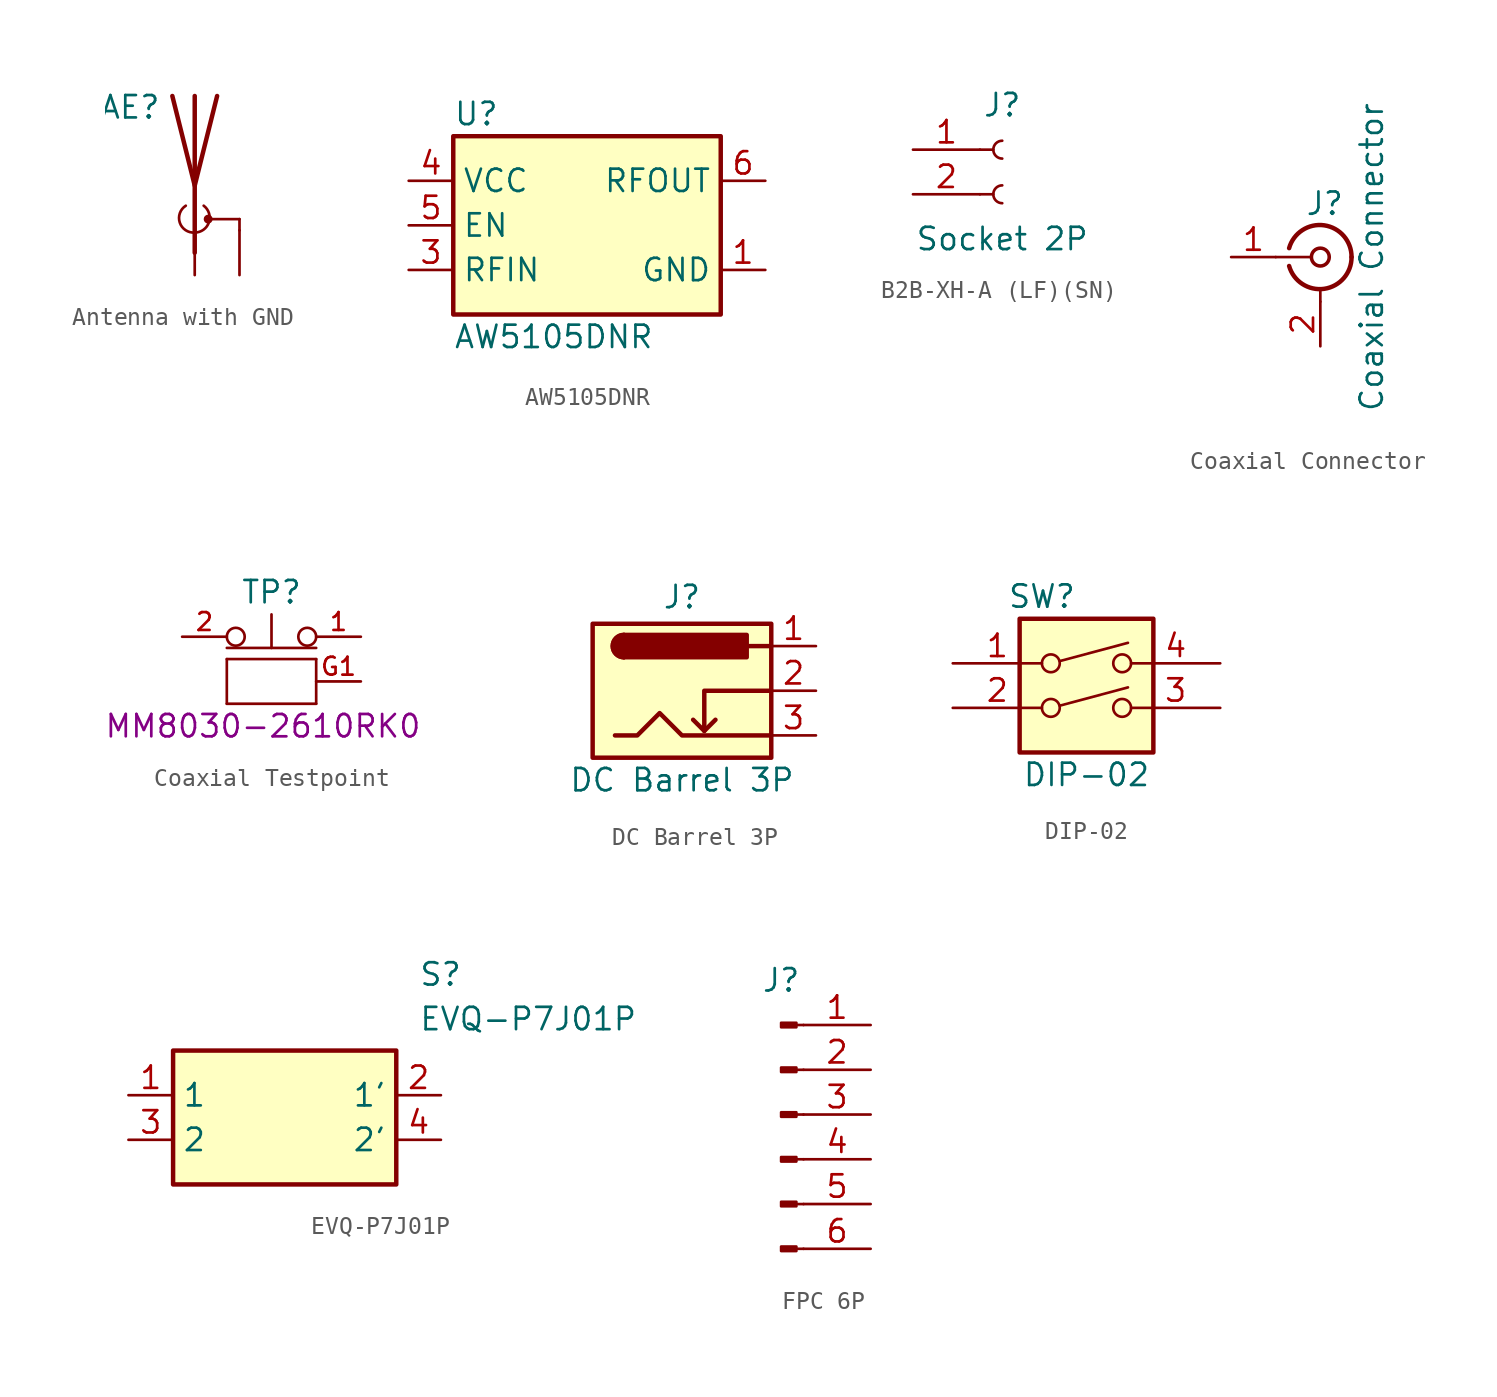
<source format=kicad_sym>
(kicad_symbol_lib
  (version 20231120)
  (generator "kicad_symbol_editor")
  (generator_version "8.0")
  (symbol "Antenna with GND"
    (pin_numbers hide)
    (pin_names
      (offset 1.016) hide)
    (property "Reference" "AE"
      (at -1.905 4.445 0)
      (effects (font (size 1.27 1.27)) (justify right)))
    (symbol "Antenna with GND_0_1"
      (arc (start -0.508 -1.143) (mid -0.8429 -2.1194) (end 0 -2.667) (stroke (width 0) (type default)) (fill (type none)))
      (arc (start 0 -2.667) (mid 0.7989 -2.1052) (end 0.508 -1.143) (stroke (width 0) (type default)) (fill (type none)))
      (polyline (pts (xy 0 -2.54) (xy 0 0)) (stroke (width 0) (type default)) (fill (type none)))
      (polyline (pts (xy 0 5.08) (xy 0 -3.81)) (stroke (width 0.254) (type default)) (fill (type none)))
      (polyline (pts (xy 0.762 -1.905) (xy 2.54 -1.905)) (stroke (width 0) (type default)) (fill (type none)))
      (polyline (pts (xy 2.54 -2.54) (xy 2.54 -1.905)) (stroke (width 0) (type default)) (fill (type none)))
      (polyline (pts (xy 1.27 5.08) (xy 0 0) (xy -1.27 5.08)) (stroke (width 0.254) (type default)) (fill (type none)))
      (circle (center 0.762 -1.905) (radius 0.178) (stroke (width 0) (type default)) (fill (type outline))))
    (symbol "Antenna with GND_1_1"
      (pin input line (at 0 -5.08 90) (length 2.54) (name "A" (effects (font (size 1.27 1.27)))) (number "1" (effects (font (size 1.27 1.27)))))
      (pin input line (at 2.54 -5.08 90) (length 2.54) (name "Shield" (effects (font (size 1.27 1.27)))) (number "2" (effects (font (size 1.27 1.27)))))))
  (symbol "AW5105DNR"
    (property "Reference" "U"
      (at -7.62 6.35 0)
      (do_not_autoplace)
      (effects (font (size 1.27 1.27)) (justify left)))
    (property "Value" "AW5105DNR"
      (at -7.62 -6.35 0)
      (do_not_autoplace)
      (effects (font (size 1.27 1.27)) (justify left)))
    (symbol "AW5105DNR_1_1"
      (rectangle (start -7.62 5.08) (end 7.62 -5.08) (stroke (width 0.254) (type default)) (fill (type background)))
      (pin passive line (at 10.16 -2.54 180) (length 2.54) (name "GND" (effects (font (size 1.27 1.27)))) (number "1" (effects (font (size 1.27 1.27)))))
      (pin passive line (at 10.16 -2.54 180) (length 2.54) hide (name "GND" (effects (font (size 1.27 1.27)))) (number "2" (effects (font (size 1.27 1.27)))))
      (pin input line (at -10.16 -2.54 0) (length 2.54) (name "RFIN" (effects (font (size 1.27 1.27)))) (number "3" (effects (font (size 1.27 1.27)))))
      (pin power_in line (at -10.16 2.54 0) (length 2.54) (name "VCC" (effects (font (size 1.27 1.27)))) (number "4" (effects (font (size 1.27 1.27)))))
      (pin input line (at -10.16 0 0) (length 2.54) (name "EN" (effects (font (size 1.27 1.27)))) (number "5" (effects (font (size 1.27 1.27)))))
      (pin output line (at 10.16 2.54 180) (length 2.54) (name "RFOUT" (effects (font (size 1.27 1.27)))) (number "6" (effects (font (size 1.27 1.27)))))))
  (symbol "B2B-XH-A (LF)(SN)"
    (pin_names
      (offset 1.016) hide)
    (property "Reference" "J"
      (at 0 2.54 0)
      (effects (font (size 1.27 1.27))))
    (property "Value" "Socket 2P"
      (at 0 -5.08 0)
      (effects (font (size 1.27 1.27))))
    (symbol "B2B-XH-A (LF)(SN)_1_1"
      (arc (start 0 -2.032) (mid -0.5058 -2.54) (end 0 -3.048) (stroke (width 0.1524) (type default)) (fill (type none)))
      (polyline (pts (xy -1.27 -2.54) (xy -0.508 -2.54)) (stroke (width 0.152) (type default)) (fill (type none)))
      (polyline (pts (xy -1.27 0) (xy -0.508 0)) (stroke (width 0.152) (type default)) (fill (type none)))
      (arc (start 0 0.508) (mid -0.5058 0) (end 0 -0.508) (stroke (width 0.1524) (type default)) (fill (type none)))
      (pin passive line (at -5.08 0 0) (length 3.81) (name "Pin_1" (effects (font (size 1.27 1.27)))) (number "1" (effects (font (size 1.27 1.27)))))
      (pin passive line (at -5.08 -2.54 0) (length 3.81) (name "Pin_2" (effects (font (size 1.27 1.27)))) (number "2" (effects (font (size 1.27 1.27)))))))
  (symbol "Coaxial Connector"
    (pin_names
      (offset 1.016) hide)
    (property "Reference" "J"
      (at 0.254 3.048 0)
      (effects (font (size 1.27 1.27))))
    (property "Value" "Coaxial Connector"
      (at 2.921 0 90)
      (effects (font (size 1.27 1.27))))
    (symbol "Coaxial Connector_0_1"
      (arc (start -1.778 -0.508) (mid 0.2311 -1.8066) (end 1.778 0) (stroke (width 0.254) (type default)) (fill (type none)))
      (polyline (pts (xy -2.54 0) (xy -0.508 0)) (stroke (width 0) (type default)) (fill (type none)))
      (polyline (pts (xy 0 -2.54) (xy 0 -1.778)) (stroke (width 0) (type default)) (fill (type none)))
      (circle (center 0 0) (radius 0.508) (stroke (width 0.203) (type default)) (fill (type none)))
      (arc (start 1.778 0) (mid 0.2099 1.8101) (end -1.778 0.508) (stroke (width 0.254) (type default)) (fill (type none))))
    (symbol "Coaxial Connector_1_1"
      (pin passive line (at -5.08 0 0) (length 2.54) (name "In" (effects (font (size 1.27 1.27)))) (number "1" (effects (font (size 1.27 1.27)))))
      (pin passive line (at 0 -5.08 90) (length 2.54) (name "Ext" (effects (font (size 1.27 1.27)))) (number "2" (effects (font (size 1.27 1.27)))))))
  (symbol "Coaxial Testpoint"
    (pin_names
      (offset 1.016) hide)
    (property "Reference" "TP"
      (at 0 3.81 0)
      (do_not_autoplace)
      (effects (font (size 1.27 1.27))))
    (property "MPN" "MM8030-2610RK0 "
      (at 0 -3.81 0)
      (do_not_autoplace)
      (effects (font (size 1.27 1.27))))
    (symbol "Coaxial Testpoint_0_1"
      (rectangle (start -2.54 -2.54) (end 2.54 -2.54) (stroke (width 0) (type default)) (fill (type none)))
      (rectangle (start -2.54 0) (end -2.54 -2.54) (stroke (width 0) (type default)) (fill (type none)))
      (rectangle (start 2.54 0) (end -2.54 0) (stroke (width 0) (type default)) (fill (type none)))
      (rectangle (start 2.54 0) (end 2.54 -2.54) (stroke (width 0) (type default)) (fill (type none))))
    (symbol "Coaxial Testpoint_1_1"
      (circle (center -2.032 1.27) (radius 0.508) (stroke (width 0) (type default)) (fill (type none)))
      (polyline (pts (xy -2.54 0.635) (xy 2.54 0.635)) (stroke (width 0) (type default)) (fill (type none)))
      (polyline (pts (xy 0 0.635) (xy 0 2.54)) (stroke (width 0) (type default)) (fill (type none)))
      (circle (center 2.032 1.27) (radius 0.508) (stroke (width 0) (type default)) (fill (type none)))
      (pin passive line (at 5.08 1.27 180) (length 2.54) (name "IN" (effects (font (size 1.27 1.27)))) (number "1" (effects (font (size 1.016 1.016)))))
      (pin passive line (at -5.08 1.27 0) (length 2.54) (name "OUT" (effects (font (size 1.27 1.27)))) (number "2" (effects (font (size 1.016 1.016)))))
      (pin passive line (at 5.08 -1.27 180) (length 2.54) (name "GND" (effects (font (size 1.27 1.27)))) (number "G1" (effects (font (size 1.016 1.016)))))
      (pin passive line (at 5.08 -1.27 180) (length 2.54) hide (name "GND" (effects (font (size 1.27 1.27)))) (number "G2" (effects (font (size 1.016 1.016)))))))
  (symbol "DC Barrel 3P"
    (pin_names hide)
    (property "Reference" "J"
      (at 0 5.334 0)
      (effects (font (size 1.27 1.27))))
    (property "Value" "DC Barrel 3P"
      (at 0 -5.08 0)
      (effects (font (size 1.27 1.27))))
    (symbol "DC Barrel 3P_0_1"
      (rectangle (start -5.08 3.81) (end 5.08 -3.81) (stroke (width 0.254) (type default)) (fill (type background)))
      (arc (start -3.302 3.175) (mid -3.9343 2.54) (end -3.302 1.905) (stroke (width 0.254) (type default)) (fill (type none)))
      (arc (start -3.302 3.175) (mid -3.9343 2.54) (end -3.302 1.905) (stroke (width 0.254) (type default)) (fill (type outline)))
      (polyline (pts (xy 1.27 -2.286) (xy 1.905 -1.651)) (stroke (width 0.254) (type default)) (fill (type none)))
      (polyline (pts (xy 5.08 2.54) (xy 3.81 2.54)) (stroke (width 0.254) (type default)) (fill (type none)))
      (polyline (pts (xy 5.08 0) (xy 1.27 0) (xy 1.27 -2.286) (xy 0.635 -1.651)) (stroke (width 0.254) (type default)) (fill (type none)))
      (polyline (pts (xy -3.81 -2.54) (xy -2.54 -2.54) (xy -1.27 -1.27) (xy 0 -2.54) (xy 2.54 -2.54) (xy 5.08 -2.54)) (stroke (width 0.254) (type default)) (fill (type none)))
      (rectangle (start 3.683 3.175) (end -3.302 1.905) (stroke (width 0.254) (type default)) (fill (type outline))))
    (symbol "DC Barrel 3P_1_1"
      (pin passive line (at 7.62 2.54 180) (length 2.54) (name "~" (effects (font (size 1.27 1.27)))) (number "1" (effects (font (size 1.27 1.27)))))
      (pin passive line (at 7.62 0 180) (length 2.54) (name "~" (effects (font (size 1.27 1.27)))) (number "2" (effects (font (size 1.27 1.27)))))
      (pin passive line (at 7.62 -2.54 180) (length 2.54) (name "~" (effects (font (size 1.27 1.27)))) (number "3" (effects (font (size 1.27 1.27)))))))
  (symbol "DIP-02"
    (pin_names
      (offset 0) hide)
    (property "Reference" "SW"
      (at -2.54 6.35 0)
      (do_not_autoplace)
      (effects (font (size 1.27 1.27))))
    (property "Value" "DIP-02"
      (at 0 -3.81 0)
      (do_not_autoplace)
      (effects (font (size 1.27 1.27))))
    (symbol "DIP-02_0_0"
      (circle (center -2.032 0) (radius 0.508) (stroke (width 0) (type default)) (fill (type none)))
      (circle (center -2.032 2.54) (radius 0.508) (stroke (width 0) (type default)) (fill (type none)))
      (polyline (pts (xy -1.524 0.127) (xy 2.362 1.168)) (stroke (width 0) (type default)) (fill (type none)))
      (polyline (pts (xy -1.524 2.667) (xy 2.362 3.708)) (stroke (width 0) (type default)) (fill (type none)))
      (circle (center 2.032 0) (radius 0.508) (stroke (width 0) (type default)) (fill (type none)))
      (circle (center 2.032 2.54) (radius 0.508) (stroke (width 0) (type default)) (fill (type none))))
    (symbol "DIP-02_0_1"
      (rectangle (start -3.81 5.08) (end 3.81 -2.54) (stroke (width 0.254) (type default)) (fill (type background))))
    (symbol "DIP-02_1_1"
      (pin passive line (at -7.62 2.54 0) (length 5.08) (name "~" (effects (font (size 1.27 1.27)))) (number "1" (effects (font (size 1.27 1.27)))))
      (pin passive line (at -7.62 0 0) (length 5.08) (name "~" (effects (font (size 1.27 1.27)))) (number "2" (effects (font (size 1.27 1.27)))))
      (pin passive line (at 7.62 0 180) (length 5.08) (name "~" (effects (font (size 1.27 1.27)))) (number "3" (effects (font (size 1.27 1.27)))))
      (pin passive line (at 7.62 2.54 180) (length 5.08) (name "~" (effects (font (size 1.27 1.27)))) (number "4" (effects (font (size 1.27 1.27)))))))
  (symbol "EVQ-P7J01P"
    (property "Reference" "S"
      (at 19.05 7.62 0)
      (effects (font (size 1.27 1.27)) (justify left top)))
    (property "Value" "EVQ-P7J01P"
      (at 19.05 5.08 0)
      (effects (font (size 1.27 1.27)) (justify left top)))
    (symbol "EVQ-P7J01P_1_1"
      (rectangle (start 5.08 2.54) (end 17.78 -5.08) (stroke (width 0.254) (type default)) (fill (type background)))
      (pin passive line (at 2.54 0 0) (length 2.54) (name "1" (effects (font (size 1.27 1.27)))) (number "1" (effects (font (size 1.27 1.27)))))
      (pin passive line (at 20.32 0 180) (length 2.54) (name "1'" (effects (font (size 1.27 1.27)))) (number "2" (effects (font (size 1.27 1.27)))))
      (pin passive line (at 2.54 -2.54 0) (length 2.54) (name "2" (effects (font (size 1.27 1.27)))) (number "3" (effects (font (size 1.27 1.27)))))
      (pin passive line (at 20.32 -2.54 180) (length 2.54) (name "2'" (effects (font (size 1.27 1.27)))) (number "4" (effects (font (size 1.27 1.27)))))))
  (symbol "FPC 6P"
    (pin_names
      (offset 1.016) hide)
    (property "Reference" "J"
      (at 0 10.16 0)
      (effects (font (size 1.27 1.27))))
    (symbol "FPC 6P_1_1"
      (polyline (pts (xy 1.27 -5.08) (xy 0.864 -5.08)) (stroke (width 0.152) (type default)) (fill (type none)))
      (polyline (pts (xy 1.27 -2.54) (xy 0.864 -2.54)) (stroke (width 0.152) (type default)) (fill (type none)))
      (polyline (pts (xy 1.27 0) (xy 0.864 0)) (stroke (width 0.152) (type default)) (fill (type none)))
      (polyline (pts (xy 1.27 2.54) (xy 0.864 2.54)) (stroke (width 0.152) (type default)) (fill (type none)))
      (polyline (pts (xy 1.27 5.08) (xy 0.864 5.08)) (stroke (width 0.152) (type default)) (fill (type none)))
      (polyline (pts (xy 1.27 7.62) (xy 0.864 7.62)) (stroke (width 0.152) (type default)) (fill (type none)))
      (rectangle (start 0.864 -4.953) (end 0 -5.207) (stroke (width 0.152) (type default)) (fill (type outline)))
      (rectangle (start 0.864 -2.413) (end 0 -2.667) (stroke (width 0.152) (type default)) (fill (type outline)))
      (rectangle (start 0.864 0.127) (end 0 -0.127) (stroke (width 0.152) (type default)) (fill (type outline)))
      (rectangle (start 0.864 2.667) (end 0 2.413) (stroke (width 0.152) (type default)) (fill (type outline)))
      (rectangle (start 0.864 5.207) (end 0 4.953) (stroke (width 0.152) (type default)) (fill (type outline)))
      (rectangle (start 0.864 7.747) (end 0 7.493) (stroke (width 0.152) (type default)) (fill (type outline)))
      (pin passive line (at 5.08 7.62 180) (length 3.81) (name "Pin_1" (effects (font (size 1.27 1.27)))) (number "1" (effects (font (size 1.27 1.27)))))
      (pin passive line (at 5.08 5.08 180) (length 3.81) (name "Pin_2" (effects (font (size 1.27 1.27)))) (number "2" (effects (font (size 1.27 1.27)))))
      (pin passive line (at 5.08 2.54 180) (length 3.81) (name "Pin_3" (effects (font (size 1.27 1.27)))) (number "3" (effects (font (size 1.27 1.27)))))
      (pin passive line (at 5.08 0 180) (length 3.81) (name "Pin_4" (effects (font (size 1.27 1.27)))) (number "4" (effects (font (size 1.27 1.27)))))
      (pin passive line (at 5.08 -2.54 180) (length 3.81) (name "Pin_5" (effects (font (size 1.27 1.27)))) (number "5" (effects (font (size 1.27 1.27)))))
      (pin passive line (at 5.08 -5.08 180) (length 3.81) (name "Pin_6" (effects (font (size 1.27 1.27)))) (number "6" (effects (font (size 1.27 1.27))))))))
</source>
